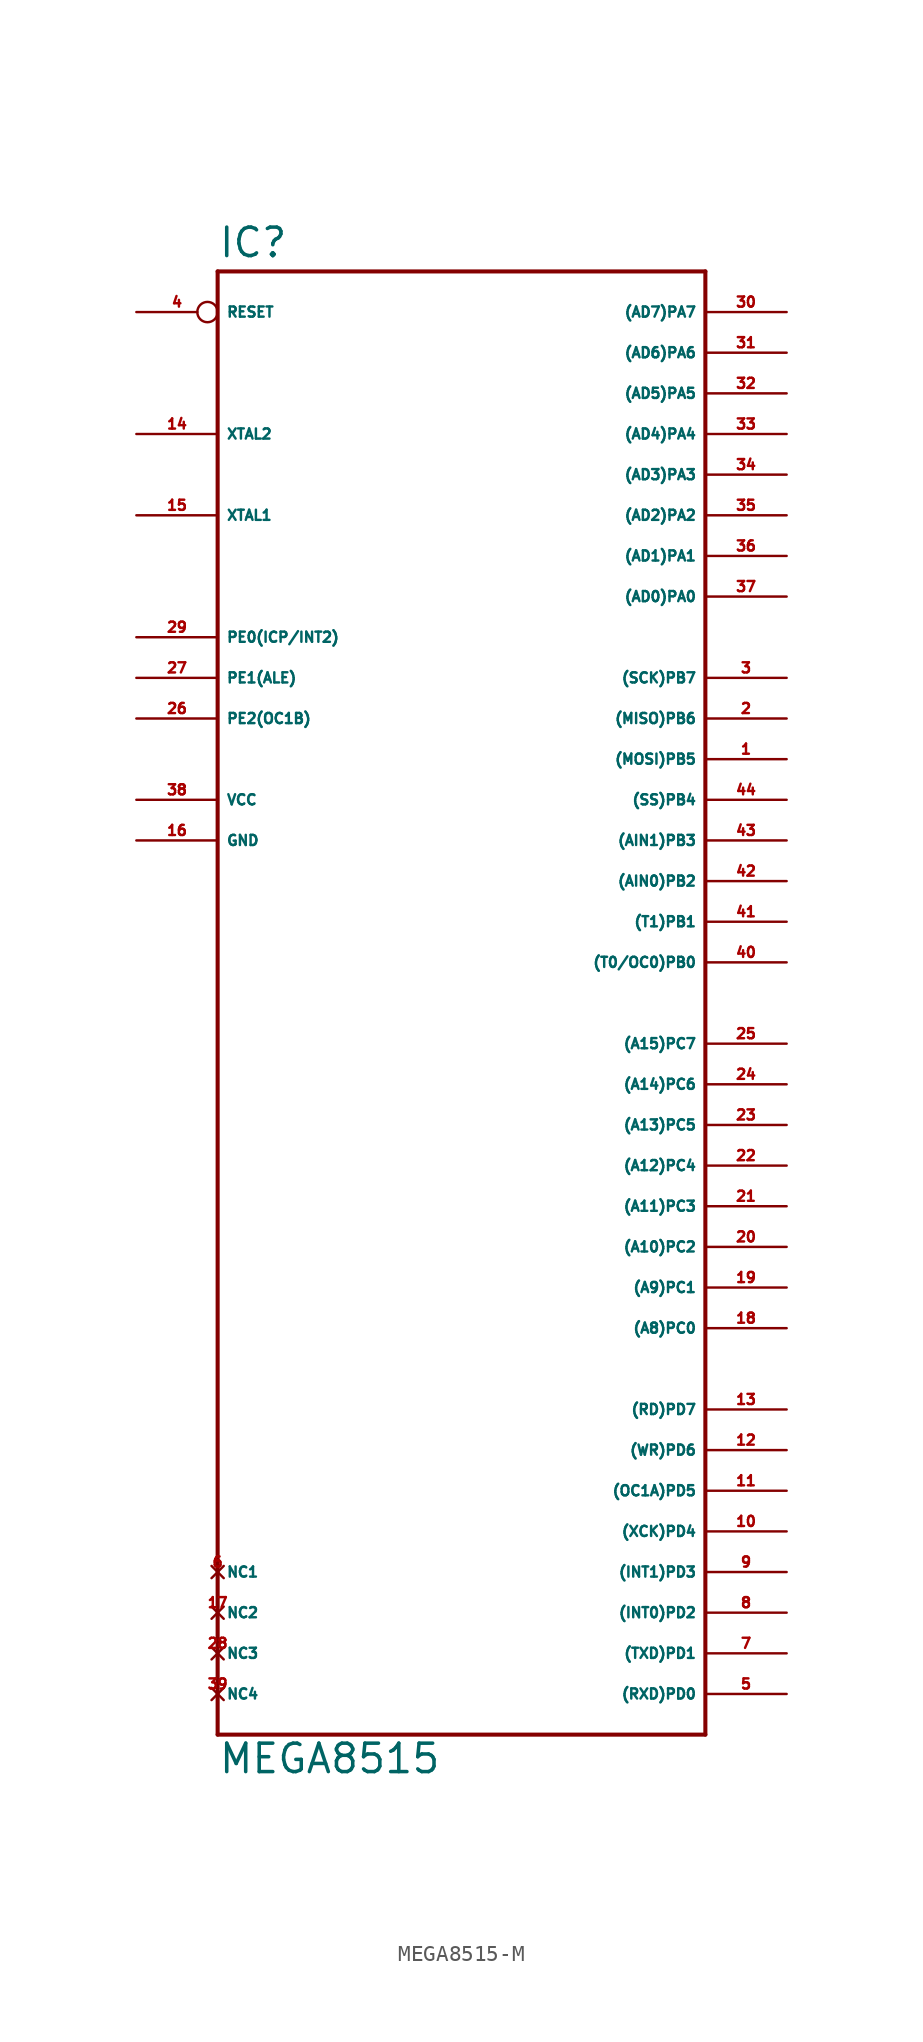
<source format=kicad_sym>
(kicad_symbol_lib
  (version 20220914)
  (generator Eagle2Kicad)
  (symbol "MEGA8515-M"
    (property "Reference" "IC"
      (at -15.24 41.402 0)
      (effects (font (size 1.778 1.778) (thickness 0.22)) (justify left bottom)))
    (property "Value" "MEGA8515"
      (at -15.24 -53.34 0)
      (effects (font (size 1.778 1.778) (thickness 0.22)) (justify left bottom)))
    (polyline
      (pts (xy -15.24 40.64) (xy 15.24 40.64))
      (stroke (width 0.254) (type default))
      (fill (type none)))
    (polyline
      (pts (xy 15.24 40.64) (xy 15.24 -50.8))
      (stroke (width 0.254) (type default))
      (fill (type none)))
    (polyline
      (pts (xy 15.24 -50.8) (xy -15.24 -50.8))
      (stroke (width 0.254) (type default))
      (fill (type none)))
    (polyline
      (pts (xy -15.24 -50.8) (xy -15.24 40.64))
      (stroke (width 0.254) (type default))
      (fill (type none)))
    (pin bidirectional line
      (at 20.32 38.1 180)
      (length 5.08)
      (name "(AD7)PA7" (effects (font (size 0.635 0.635) (thickness 0.08)) (justify left bottom)))
      (number "30" (effects (font (size 0.635 0.635) (thickness 0.08)) (justify left bottom))))
    (pin bidirectional line
      (at 20.32 35.56 180)
      (length 5.08)
      (name "(AD6)PA6" (effects (font (size 0.635 0.635) (thickness 0.08)) (justify left bottom)))
      (number "31" (effects (font (size 0.635 0.635) (thickness 0.08)) (justify left bottom))))
    (pin bidirectional line
      (at 20.32 33.02 180)
      (length 5.08)
      (name "(AD5)PA5" (effects (font (size 0.635 0.635) (thickness 0.08)) (justify left bottom)))
      (number "32" (effects (font (size 0.635 0.635) (thickness 0.08)) (justify left bottom))))
    (pin bidirectional line
      (at 20.32 30.48 180)
      (length 5.08)
      (name "(AD4)PA4" (effects (font (size 0.635 0.635) (thickness 0.08)) (justify left bottom)))
      (number "33" (effects (font (size 0.635 0.635) (thickness 0.08)) (justify left bottom))))
    (pin bidirectional line
      (at 20.32 27.94 180)
      (length 5.08)
      (name "(AD3)PA3" (effects (font (size 0.635 0.635) (thickness 0.08)) (justify left bottom)))
      (number "34" (effects (font (size 0.635 0.635) (thickness 0.08)) (justify left bottom))))
    (pin bidirectional line
      (at 20.32 25.4 180)
      (length 5.08)
      (name "(AD2)PA2" (effects (font (size 0.635 0.635) (thickness 0.08)) (justify left bottom)))
      (number "35" (effects (font (size 0.635 0.635) (thickness 0.08)) (justify left bottom))))
    (pin bidirectional line
      (at 20.32 22.86 180)
      (length 5.08)
      (name "(AD1)PA1" (effects (font (size 0.635 0.635) (thickness 0.08)) (justify left bottom)))
      (number "36" (effects (font (size 0.635 0.635) (thickness 0.08)) (justify left bottom))))
    (pin bidirectional line
      (at 20.32 20.32 180)
      (length 5.08)
      (name "(AD0)PA0" (effects (font (size 0.635 0.635) (thickness 0.08)) (justify left bottom)))
      (number "37" (effects (font (size 0.635 0.635) (thickness 0.08)) (justify left bottom))))
    (pin bidirectional line
      (at 20.32 15.24 180)
      (length 5.08)
      (name "(SCK)PB7" (effects (font (size 0.635 0.635) (thickness 0.08)) (justify left bottom)))
      (number "3" (effects (font (size 0.635 0.635) (thickness 0.08)) (justify left bottom))))
    (pin bidirectional line
      (at 20.32 12.7 180)
      (length 5.08)
      (name "(MISO)PB6" (effects (font (size 0.635 0.635) (thickness 0.08)) (justify left bottom)))
      (number "2" (effects (font (size 0.635 0.635) (thickness 0.08)) (justify left bottom))))
    (pin bidirectional line
      (at 20.32 10.16 180)
      (length 5.08)
      (name "(MOSI)PB5" (effects (font (size 0.635 0.635) (thickness 0.08)) (justify left bottom)))
      (number "1" (effects (font (size 0.635 0.635) (thickness 0.08)) (justify left bottom))))
    (pin bidirectional line
      (at 20.32 7.62 180)
      (length 5.08)
      (name "(SS)PB4" (effects (font (size 0.635 0.635) (thickness 0.08)) (justify left bottom)))
      (number "44" (effects (font (size 0.635 0.635) (thickness 0.08)) (justify left bottom))))
    (pin bidirectional line
      (at 20.32 5.08 180)
      (length 5.08)
      (name "(AIN1)PB3" (effects (font (size 0.635 0.635) (thickness 0.08)) (justify left bottom)))
      (number "43" (effects (font (size 0.635 0.635) (thickness 0.08)) (justify left bottom))))
    (pin bidirectional line
      (at 20.32 2.54 180)
      (length 5.08)
      (name "(AIN0)PB2" (effects (font (size 0.635 0.635) (thickness 0.08)) (justify left bottom)))
      (number "42" (effects (font (size 0.635 0.635) (thickness 0.08)) (justify left bottom))))
    (pin bidirectional line
      (at 20.32 0 180)
      (length 5.08)
      (name "(T1)PB1" (effects (font (size 0.635 0.635) (thickness 0.08)) (justify left bottom)))
      (number "41" (effects (font (size 0.635 0.635) (thickness 0.08)) (justify left bottom))))
    (pin bidirectional line
      (at 20.32 -2.54 180)
      (length 5.08)
      (name "(T0/OC0)PB0" (effects (font (size 0.635 0.635) (thickness 0.08)) (justify left bottom)))
      (number "40" (effects (font (size 0.635 0.635) (thickness 0.08)) (justify left bottom))))
    (pin bidirectional line
      (at 20.32 -7.62 180)
      (length 5.08)
      (name "(A15)PC7" (effects (font (size 0.635 0.635) (thickness 0.08)) (justify left bottom)))
      (number "25" (effects (font (size 0.635 0.635) (thickness 0.08)) (justify left bottom))))
    (pin bidirectional line
      (at 20.32 -10.16 180)
      (length 5.08)
      (name "(A14)PC6" (effects (font (size 0.635 0.635) (thickness 0.08)) (justify left bottom)))
      (number "24" (effects (font (size 0.635 0.635) (thickness 0.08)) (justify left bottom))))
    (pin bidirectional line
      (at 20.32 -12.7 180)
      (length 5.08)
      (name "(A13)PC5" (effects (font (size 0.635 0.635) (thickness 0.08)) (justify left bottom)))
      (number "23" (effects (font (size 0.635 0.635) (thickness 0.08)) (justify left bottom))))
    (pin bidirectional line
      (at 20.32 -15.24 180)
      (length 5.08)
      (name "(A12)PC4" (effects (font (size 0.635 0.635) (thickness 0.08)) (justify left bottom)))
      (number "22" (effects (font (size 0.635 0.635) (thickness 0.08)) (justify left bottom))))
    (pin bidirectional line
      (at 20.32 -17.78 180)
      (length 5.08)
      (name "(A11)PC3" (effects (font (size 0.635 0.635) (thickness 0.08)) (justify left bottom)))
      (number "21" (effects (font (size 0.635 0.635) (thickness 0.08)) (justify left bottom))))
    (pin bidirectional line
      (at 20.32 -20.32 180)
      (length 5.08)
      (name "(A10)PC2" (effects (font (size 0.635 0.635) (thickness 0.08)) (justify left bottom)))
      (number "20" (effects (font (size 0.635 0.635) (thickness 0.08)) (justify left bottom))))
    (pin bidirectional line
      (at 20.32 -22.86 180)
      (length 5.08)
      (name "(A9)PC1" (effects (font (size 0.635 0.635) (thickness 0.08)) (justify left bottom)))
      (number "19" (effects (font (size 0.635 0.635) (thickness 0.08)) (justify left bottom))))
    (pin bidirectional line
      (at 20.32 -25.4 180)
      (length 5.08)
      (name "(A8)PC0" (effects (font (size 0.635 0.635) (thickness 0.08)) (justify left bottom)))
      (number "18" (effects (font (size 0.635 0.635) (thickness 0.08)) (justify left bottom))))
    (pin bidirectional line
      (at -20.32 12.7 0)
      (length 5.08)
      (name "PE2(OC1B)" (effects (font (size 0.635 0.635) (thickness 0.08)) (justify left bottom)))
      (number "26" (effects (font (size 0.635 0.635) (thickness 0.08)) (justify left bottom))))
    (pin bidirectional line
      (at -20.32 15.24 0)
      (length 5.08)
      (name "PE1(ALE)" (effects (font (size 0.635 0.635) (thickness 0.08)) (justify left bottom)))
      (number "27" (effects (font (size 0.635 0.635) (thickness 0.08)) (justify left bottom))))
    (pin bidirectional line
      (at -20.32 17.78 0)
      (length 5.08)
      (name "PE0(ICP/INT2)" (effects (font (size 0.635 0.635) (thickness 0.08)) (justify left bottom)))
      (number "29" (effects (font (size 0.635 0.635) (thickness 0.08)) (justify left bottom))))
    (pin bidirectional line
      (at -20.32 25.4 0)
      (length 5.08)
      (name "XTAL1" (effects (font (size 0.635 0.635) (thickness 0.08)) (justify left bottom)))
      (number "15" (effects (font (size 0.635 0.635) (thickness 0.08)) (justify left bottom))))
    (pin bidirectional line
      (at -20.32 30.48 0)
      (length 5.08)
      (name "XTAL2" (effects (font (size 0.635 0.635) (thickness 0.08)) (justify left bottom)))
      (number "14" (effects (font (size 0.635 0.635) (thickness 0.08)) (justify left bottom))))
    (pin unspecified line
      (at -20.32 7.62 0)
      (length 5.08)
      (name "VCC" (effects (font (size 0.635 0.635) (thickness 0.08)) (justify left bottom)))
      (number "38" (effects (font (size 0.635 0.635) (thickness 0.08)) (justify left bottom))))
    (pin unspecified line
      (at -20.32 5.08 0)
      (length 5.08)
      (name "GND" (effects (font (size 0.635 0.635) (thickness 0.08)) (justify left bottom)))
      (number "16" (effects (font (size 0.635 0.635) (thickness 0.08)) (justify left bottom))))
    (pin input inverted
      (at -20.32 38.1 0)
      (length 5.08)
      (name "RESET" (effects (font (size 0.635 0.635) (thickness 0.08)) (justify left bottom)))
      (number "4" (effects (font (size 0.635 0.635) (thickness 0.08)) (justify left bottom))))
    (pin bidirectional line
      (at 20.32 -48.26 180)
      (length 5.08)
      (name "(RXD)PD0" (effects (font (size 0.635 0.635) (thickness 0.08)) (justify left bottom)))
      (number "5" (effects (font (size 0.635 0.635) (thickness 0.08)) (justify left bottom))))
    (pin bidirectional line
      (at 20.32 -45.72 180)
      (length 5.08)
      (name "(TXD)PD1" (effects (font (size 0.635 0.635) (thickness 0.08)) (justify left bottom)))
      (number "7" (effects (font (size 0.635 0.635) (thickness 0.08)) (justify left bottom))))
    (pin bidirectional line
      (at 20.32 -43.18 180)
      (length 5.08)
      (name "(INT0)PD2" (effects (font (size 0.635 0.635) (thickness 0.08)) (justify left bottom)))
      (number "8" (effects (font (size 0.635 0.635) (thickness 0.08)) (justify left bottom))))
    (pin bidirectional line
      (at 20.32 -40.64 180)
      (length 5.08)
      (name "(INT1)PD3" (effects (font (size 0.635 0.635) (thickness 0.08)) (justify left bottom)))
      (number "9" (effects (font (size 0.635 0.635) (thickness 0.08)) (justify left bottom))))
    (pin bidirectional line
      (at 20.32 -38.1 180)
      (length 5.08)
      (name "(XCK)PD4" (effects (font (size 0.635 0.635) (thickness 0.08)) (justify left bottom)))
      (number "10" (effects (font (size 0.635 0.635) (thickness 0.08)) (justify left bottom))))
    (pin bidirectional line
      (at 20.32 -35.56 180)
      (length 5.08)
      (name "(OC1A)PD5" (effects (font (size 0.635 0.635) (thickness 0.08)) (justify left bottom)))
      (number "11" (effects (font (size 0.635 0.635) (thickness 0.08)) (justify left bottom))))
    (pin bidirectional line
      (at 20.32 -33.02 180)
      (length 5.08)
      (name "(WR)PD6" (effects (font (size 0.635 0.635) (thickness 0.08)) (justify left bottom)))
      (number "12" (effects (font (size 0.635 0.635) (thickness 0.08)) (justify left bottom))))
    (pin bidirectional line
      (at 20.32 -30.48 180)
      (length 5.08)
      (name "(RD)PD7" (effects (font (size 0.635 0.635) (thickness 0.08)) (justify left bottom)))
      (number "13" (effects (font (size 0.635 0.635) (thickness 0.08)) (justify left bottom))))
    (pin no_connect line
      (at -15.24 -40.64 0)
      (length 0)
      (name "NC1" (effects (font (size 0.635 0.635) (thickness 0.08)) (justify left bottom) hide))
      (number "6" (effects (font (size 0.635 0.635) (thickness 0.08)) (justify left bottom) hide)))
    (pin no_connect line
      (at -15.24 -43.18 0)
      (length 0)
      (name "NC2" (effects (font (size 0.635 0.635) (thickness 0.08)) (justify left bottom) hide))
      (number "17" (effects (font (size 0.635 0.635) (thickness 0.08)) (justify left bottom) hide)))
    (pin no_connect line
      (at -15.24 -45.72 0)
      (length 0)
      (name "NC3" (effects (font (size 0.635 0.635) (thickness 0.08)) (justify left bottom) hide))
      (number "28" (effects (font (size 0.635 0.635) (thickness 0.08)) (justify left bottom) hide)))
    (pin no_connect line
      (at -15.24 -48.26 0)
      (length 0)
      (name "NC4" (effects (font (size 0.635 0.635) (thickness 0.08)) (justify left bottom) hide))
      (number "39" (effects (font (size 0.635 0.635) (thickness 0.08)) (justify left bottom) hide)))))
</source>
